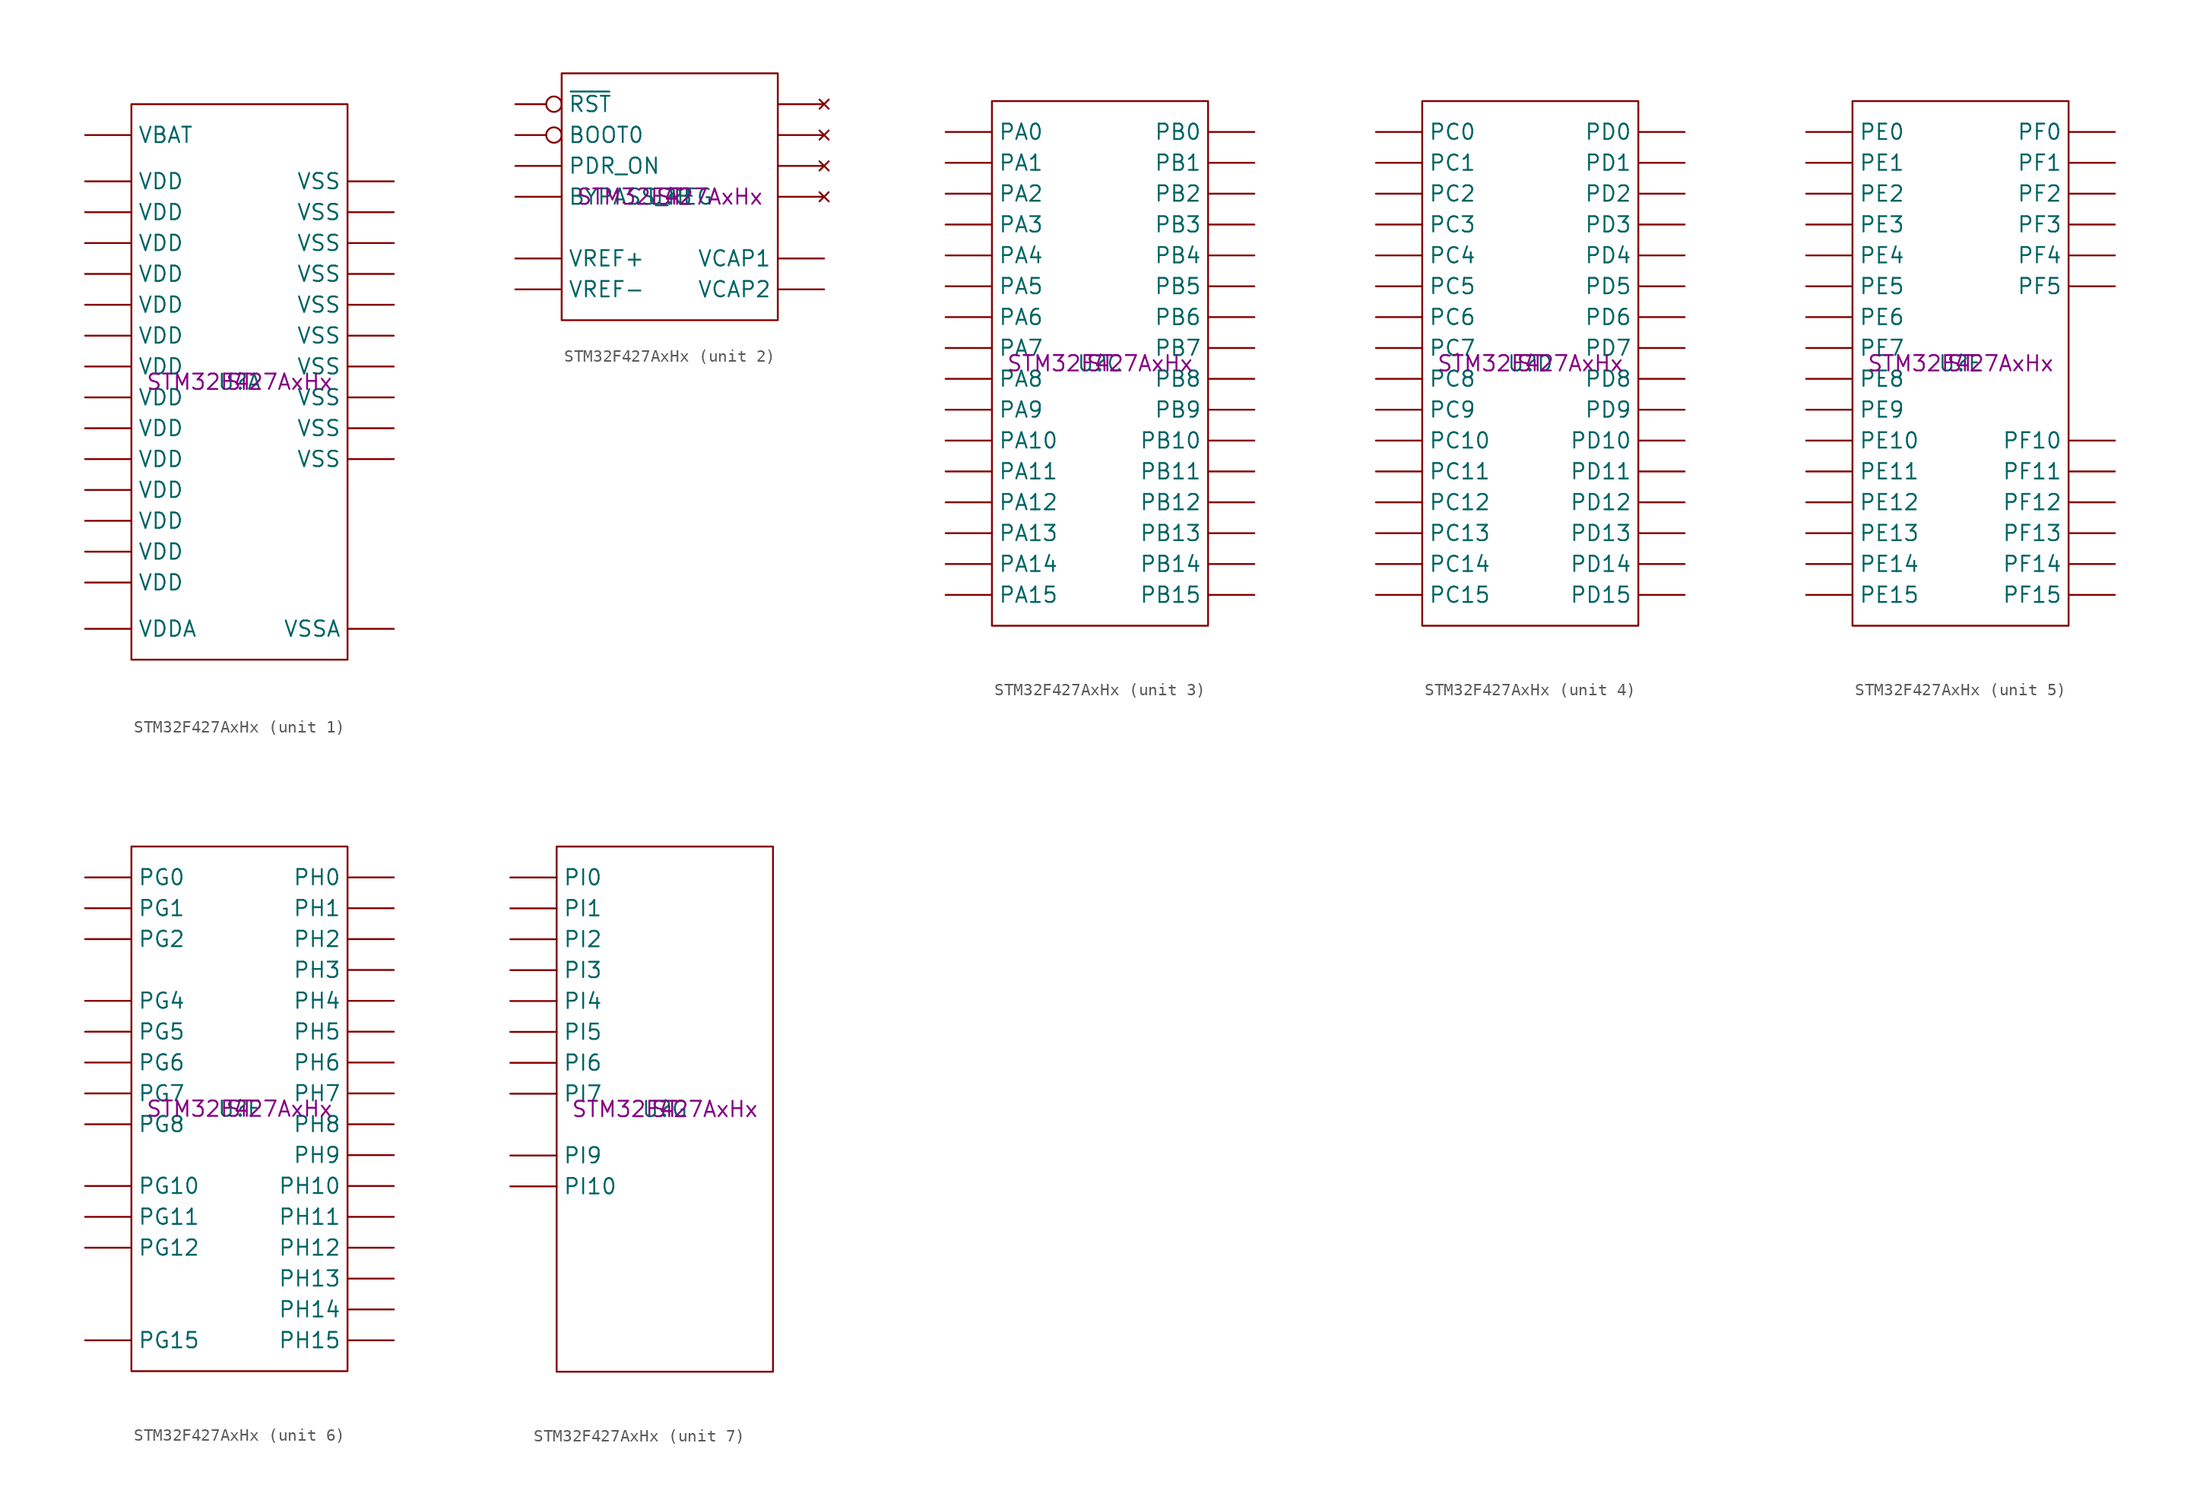
<source format=kicad_sym>
(kicad_symbol_lib
  (version 20231120)
  (generator "kicad_symbol_editor")
  (generator_version "8.0")
  (symbol "STM32F427AxHx"
    (pin_numbers hide)
    (property "Reference" "U"
      (at 0 0 0)
      (effects (font (size 1.27 1.27))))
    (property "Value" ""
      (at 3.81 -3.81 0)
      (effects (font (size 1.27 1.27))))
    (property "Manufacturer" "ST"
      (at 0 0 0)
      (effects (font (size 1.27 1.27))))
    (property "Part #" "STM32F427AxHx"
      (at 0 0 0)
      (effects (font (size 1.27 1.27))))
    (property "ki_locked" ""
      (at 0 0 0)
      (effects (font (size 1.27 1.27))))
    (symbol "STM32F427AxHx_1_1"
      (rectangle (start -8.89 22.86) (end 8.89 -22.86) (stroke (width 0) (type default)) (fill (type none)))
      (pin power_in line (at -12.7 11.43 0) (length 3.81) (name "VDD" (effects (font (size 1.27 1.27)))) (number "D10" (effects (font (size 1.27 1.27)))))
      (pin power_in line (at 12.7 13.97 180) (length 3.81) (name "VSS" (effects (font (size 1.27 1.27)))) (number "D11" (effects (font (size 1.27 1.27)))))
      (pin power_in line (at -12.7 16.51 0) (length 3.81) (name "VDD" (effects (font (size 1.27 1.27)))) (number "D3" (effects (font (size 1.27 1.27)))))
      (pin power_in line (at -12.7 13.97 0) (length 3.81) (name "VDD" (effects (font (size 1.27 1.27)))) (number "D6" (effects (font (size 1.27 1.27)))))
      (pin power_in line (at 12.7 16.51 180) (length 3.81) (name "VSS" (effects (font (size 1.27 1.27)))) (number "D7" (effects (font (size 1.27 1.27)))))
      (pin power_in line (at -12.7 20.32 0) (length 3.81) (name "VBAT" (effects (font (size 1.27 1.27)))) (number "E5" (effects (font (size 1.27 1.27)))))
      (pin power_in line (at -12.7 8.89 0) (length 3.81) (name "VDD" (effects (font (size 1.27 1.27)))) (number "E6" (effects (font (size 1.27 1.27)))))
      (pin power_in line (at 12.7 11.43 180) (length 3.81) (name "VSS" (effects (font (size 1.27 1.27)))) (number "E7" (effects (font (size 1.27 1.27)))))
      (pin power_in line (at -12.7 6.35 0) (length 3.81) (name "VDD" (effects (font (size 1.27 1.27)))) (number "F4" (effects (font (size 1.27 1.27)))))
      (pin power_in line (at 12.7 8.89 180) (length 3.81) (name "VSS" (effects (font (size 1.27 1.27)))) (number "F5" (effects (font (size 1.27 1.27)))))
      (pin power_in line (at 12.7 6.35 180) (length 3.81) (name "VSS" (effects (font (size 1.27 1.27)))) (number "F6" (effects (font (size 1.27 1.27)))))
      (pin power_in line (at -12.7 3.81 0) (length 3.81) (name "VDD" (effects (font (size 1.27 1.27)))) (number "F7" (effects (font (size 1.27 1.27)))))
      (pin power_in line (at -12.7 1.27 0) (length 3.81) (name "VDD" (effects (font (size 1.27 1.27)))) (number "F8" (effects (font (size 1.27 1.27)))))
      (pin power_in line (at -12.7 -3.81 0) (length 3.81) (name "VDD" (effects (font (size 1.27 1.27)))) (number "G10" (effects (font (size 1.27 1.27)))))
      (pin power_in line (at 12.7 3.81 180) (length 3.81) (name "VSS" (effects (font (size 1.27 1.27)))) (number "G7" (effects (font (size 1.27 1.27)))))
      (pin power_in line (at -12.7 -1.27 0) (length 3.81) (name "VDD" (effects (font (size 1.27 1.27)))) (number "G8" (effects (font (size 1.27 1.27)))))
      (pin power_in line (at 12.7 1.27 180) (length 3.81) (name "VSS" (effects (font (size 1.27 1.27)))) (number "G9" (effects (font (size 1.27 1.27)))))
      (pin power_in line (at -12.7 -6.35 0) (length 3.81) (name "VDD" (effects (font (size 1.27 1.27)))) (number "H4" (effects (font (size 1.27 1.27)))))
      (pin power_in line (at -12.7 -8.89 0) (length 3.81) (name "VDD" (effects (font (size 1.27 1.27)))) (number "H8" (effects (font (size 1.27 1.27)))))
      (pin power_in line (at 12.7 -20.32 180) (length 3.81) (name "VSSA" (effects (font (size 1.27 1.27)))) (number "J1" (effects (font (size 1.27 1.27)))))
      (pin power_in line (at 12.7 -6.35 180) (length 3.81) (name "VSS" (effects (font (size 1.27 1.27)))) (number "J10" (effects (font (size 1.27 1.27)))))
      (pin power_in line (at -12.7 -11.43 0) (length 3.81) (name "VDD" (effects (font (size 1.27 1.27)))) (number "J11" (effects (font (size 1.27 1.27)))))
      (pin power_in line (at -12.7 -20.32 0) (length 3.81) (name "VDDA" (effects (font (size 1.27 1.27)))) (number "J4" (effects (font (size 1.27 1.27)))))
      (pin power_in line (at 12.7 -1.27 180) (length 3.81) (name "VSS" (effects (font (size 1.27 1.27)))) (number "J6" (effects (font (size 1.27 1.27)))))
      (pin power_in line (at 12.7 -3.81 180) (length 3.81) (name "VSS" (effects (font (size 1.27 1.27)))) (number "J7" (effects (font (size 1.27 1.27)))))
      (pin power_in line (at -12.7 -13.97 0) (length 3.81) (name "VDD" (effects (font (size 1.27 1.27)))) (number "K6" (effects (font (size 1.27 1.27)))))
      (pin power_in line (at -12.7 -16.51 0) (length 3.81) (name "VDD" (effects (font (size 1.27 1.27)))) (number "L6" (effects (font (size 1.27 1.27))))))
    (symbol "STM32F427AxHx_2_1"
      (rectangle (start -8.89 10.16) (end 8.89 -10.16) (stroke (width 0) (type default)) (fill (type none)))
      (pin no_connect line (at 12.7 7.62 180) (length 3.81) (name "" (effects (font (size 1.27 1.27)))) (number "A1" (effects (font (size 1.27 1.27)))))
      (pin no_connect line (at 12.7 5.08 180) (length 3.81) (name "" (effects (font (size 1.27 1.27)))) (number "A13" (effects (font (size 1.27 1.27)))))
      (pin input inverted (at -12.7 5.08 0) (length 3.81) (name "BOOT0" (effects (font (size 1.27 1.27)))) (number "A5" (effects (font (size 1.27 1.27)))))
      (pin input line (at -12.7 2.54 0) (length 3.81) (name "PDR_ON" (effects (font (size 1.27 1.27)))) (number "C3" (effects (font (size 1.27 1.27)))))
      (pin passive line (at 12.7 -7.62 180) (length 3.81) (name "VCAP2" (effects (font (size 1.27 1.27)))) (number "D12" (effects (font (size 1.27 1.27)))))
      (pin input inverted (at -12.7 7.62 0) (length 3.81) (name "~{RST}" (effects (font (size 1.27 1.27)))) (number "H2" (effects (font (size 1.27 1.27)))))
      (pin input line (at -12.7 -7.62 0) (length 3.81) (name "VREF-" (effects (font (size 1.27 1.27)))) (number "J2" (effects (font (size 1.27 1.27)))))
      (pin input line (at -12.7 -5.08 0) (length 3.81) (name "VREF+" (effects (font (size 1.27 1.27)))) (number "J3" (effects (font (size 1.27 1.27)))))
      (pin input line (at -12.7 0 0) (length 3.81) (name "BYPASS_REG" (effects (font (size 1.27 1.27)))) (number "M1" (effects (font (size 1.27 1.27)))))
      (pin no_connect line (at 12.7 2.54 180) (length 3.81) (name "" (effects (font (size 1.27 1.27)))) (number "N1" (effects (font (size 1.27 1.27)))))
      (pin no_connect line (at 12.7 0 180) (length 3.81) (name "" (effects (font (size 1.27 1.27)))) (number "N13" (effects (font (size 1.27 1.27)))))
      (pin passive line (at 12.7 -5.08 180) (length 3.81) (name "VCAP1" (effects (font (size 1.27 1.27)))) (number "N9" (effects (font (size 1.27 1.27))))))
    (symbol "STM32F427AxHx_3_1"
      (rectangle (start -8.89 21.59) (end 8.89 -21.59) (stroke (width 0) (type default)) (fill (type none)))
      (pin bidirectional line (at -12.7 -16.51 0) (length 3.81) (name "PA14" (effects (font (size 1.27 1.27)))) (number "A11" (effects (font (size 1.27 1.27)))))
      (pin bidirectional line (at 12.7 8.89 180) (length 3.81) (name "PB4" (effects (font (size 1.27 1.27)))) (number "A6" (effects (font (size 1.27 1.27)))))
      (pin bidirectional line (at -12.7 -19.05 0) (length 3.81) (name "PA15" (effects (font (size 1.27 1.27)))) (number "B11" (effects (font (size 1.27 1.27)))))
      (pin bidirectional line (at 12.7 1.27 180) (length 3.81) (name "PB7" (effects (font (size 1.27 1.27)))) (number "B5" (effects (font (size 1.27 1.27)))))
      (pin bidirectional line (at 12.7 11.43 180) (length 3.81) (name "PB3" (effects (font (size 1.27 1.27)))) (number "B6" (effects (font (size 1.27 1.27)))))
      (pin bidirectional line (at 12.7 -3.81 180) (length 3.81) (name "PB9" (effects (font (size 1.27 1.27)))) (number "C4" (effects (font (size 1.27 1.27)))))
      (pin bidirectional line (at 12.7 3.81 180) (length 3.81) (name "PB6" (effects (font (size 1.27 1.27)))) (number "C5" (effects (font (size 1.27 1.27)))))
      (pin bidirectional line (at 12.7 -1.27 180) (length 3.81) (name "PB8" (effects (font (size 1.27 1.27)))) (number "D4" (effects (font (size 1.27 1.27)))))
      (pin bidirectional line (at 12.7 6.35 180) (length 3.81) (name "PB5" (effects (font (size 1.27 1.27)))) (number "D5" (effects (font (size 1.27 1.27)))))
      (pin bidirectional line (at -12.7 -8.89 0) (length 3.81) (name "PA11" (effects (font (size 1.27 1.27)))) (number "E10" (effects (font (size 1.27 1.27)))))
      (pin bidirectional line (at -12.7 -11.43 0) (length 3.81) (name "PA12" (effects (font (size 1.27 1.27)))) (number "E11" (effects (font (size 1.27 1.27)))))
      (pin bidirectional line (at -12.7 -13.97 0) (length 3.81) (name "PA13" (effects (font (size 1.27 1.27)))) (number "E12" (effects (font (size 1.27 1.27)))))
      (pin bidirectional line (at -12.7 -1.27 0) (length 3.81) (name "PA8" (effects (font (size 1.27 1.27)))) (number "E13" (effects (font (size 1.27 1.27)))))
      (pin bidirectional line (at -12.7 -3.81 0) (length 3.81) (name "PA9" (effects (font (size 1.27 1.27)))) (number "E8" (effects (font (size 1.27 1.27)))))
      (pin bidirectional line (at -12.7 -6.35 0) (length 3.81) (name "PA10" (effects (font (size 1.27 1.27)))) (number "E9" (effects (font (size 1.27 1.27)))))
      (pin bidirectional line (at -12.7 19.05 0) (length 3.81) (name "PA0" (effects (font (size 1.27 1.27)))) (number "J5" (effects (font (size 1.27 1.27)))))
      (pin bidirectional line (at -12.7 16.51 0) (length 3.81) (name "PA1" (effects (font (size 1.27 1.27)))) (number "K1" (effects (font (size 1.27 1.27)))))
      (pin bidirectional line (at -12.7 13.97 0) (length 3.81) (name "PA2" (effects (font (size 1.27 1.27)))) (number "K2" (effects (font (size 1.27 1.27)))))
      (pin bidirectional line (at -12.7 11.43 0) (length 3.81) (name "PA3" (effects (font (size 1.27 1.27)))) (number "K3" (effects (font (size 1.27 1.27)))))
      (pin bidirectional line (at -12.7 1.27 0) (length 3.81) (name "PA7" (effects (font (size 1.27 1.27)))) (number "K4" (effects (font (size 1.27 1.27)))))
      (pin bidirectional line (at 12.7 16.51 180) (length 3.81) (name "PB1" (effects (font (size 1.27 1.27)))) (number "K5" (effects (font (size 1.27 1.27)))))
      (pin bidirectional line (at 12.7 -19.05 180) (length 3.81) (name "PB15" (effects (font (size 1.27 1.27)))) (number "L13" (effects (font (size 1.27 1.27)))))
      (pin bidirectional line (at 12.7 13.97 180) (length 3.81) (name "PB2" (effects (font (size 1.27 1.27)))) (number "L5" (effects (font (size 1.27 1.27)))))
      (pin bidirectional line (at 12.7 -6.35 180) (length 3.81) (name "PB10" (effects (font (size 1.27 1.27)))) (number "L9" (effects (font (size 1.27 1.27)))))
      (pin bidirectional line (at 12.7 -13.97 180) (length 3.81) (name "PB13" (effects (font (size 1.27 1.27)))) (number "M12" (effects (font (size 1.27 1.27)))))
      (pin bidirectional line (at 12.7 -16.51 180) (length 3.81) (name "PB14" (effects (font (size 1.27 1.27)))) (number "M13" (effects (font (size 1.27 1.27)))))
      (pin bidirectional line (at -12.7 6.35 0) (length 3.81) (name "PA5" (effects (font (size 1.27 1.27)))) (number "M3" (effects (font (size 1.27 1.27)))))
      (pin bidirectional line (at 12.7 -8.89 180) (length 3.81) (name "PB11" (effects (font (size 1.27 1.27)))) (number "M9" (effects (font (size 1.27 1.27)))))
      (pin bidirectional line (at 12.7 -11.43 180) (length 3.81) (name "PB12" (effects (font (size 1.27 1.27)))) (number "N12" (effects (font (size 1.27 1.27)))))
      (pin bidirectional line (at -12.7 8.89 0) (length 3.81) (name "PA4" (effects (font (size 1.27 1.27)))) (number "N2" (effects (font (size 1.27 1.27)))))
      (pin bidirectional line (at -12.7 3.81 0) (length 3.81) (name "PA6" (effects (font (size 1.27 1.27)))) (number "N3" (effects (font (size 1.27 1.27)))))
      (pin bidirectional line (at 12.7 19.05 180) (length 3.81) (name "PB0" (effects (font (size 1.27 1.27)))) (number "N4" (effects (font (size 1.27 1.27))))))
    (symbol "STM32F427AxHx_4_1"
      (rectangle (start -8.89 21.59) (end 8.89 -21.59) (stroke (width 0) (type default)) (fill (type none)))
      (pin bidirectional line (at -12.7 -11.43 0) (length 3.81) (name "PC12" (effects (font (size 1.27 1.27)))) (number "A10" (effects (font (size 1.27 1.27)))))
      (pin bidirectional line (at 12.7 1.27 180) (length 3.81) (name "PD7" (effects (font (size 1.27 1.27)))) (number "A8" (effects (font (size 1.27 1.27)))))
      (pin bidirectional line (at 12.7 11.43 180) (length 3.81) (name "PD3" (effects (font (size 1.27 1.27)))) (number "A9" (effects (font (size 1.27 1.27)))))
      (pin bidirectional line (at -12.7 -8.89 0) (length 3.81) (name "PC11" (effects (font (size 1.27 1.27)))) (number "B10" (effects (font (size 1.27 1.27)))))
      (pin bidirectional line (at 12.7 3.81 180) (length 3.81) (name "PD6" (effects (font (size 1.27 1.27)))) (number "B8" (effects (font (size 1.27 1.27)))))
      (pin bidirectional line (at 12.7 13.97 180) (length 3.81) (name "PD2" (effects (font (size 1.27 1.27)))) (number "B9" (effects (font (size 1.27 1.27)))))
      (pin bidirectional line (at -12.7 -6.35 0) (length 3.81) (name "PC10" (effects (font (size 1.27 1.27)))) (number "C10" (effects (font (size 1.27 1.27)))))
      (pin bidirectional line (at 12.7 6.35 180) (length 3.81) (name "PD5" (effects (font (size 1.27 1.27)))) (number "C8" (effects (font (size 1.27 1.27)))))
      (pin bidirectional line (at 12.7 16.51 180) (length 3.81) (name "PD1" (effects (font (size 1.27 1.27)))) (number "C9" (effects (font (size 1.27 1.27)))))
      (pin bidirectional line (at 12.7 8.89 180) (length 3.81) (name "PD4" (effects (font (size 1.27 1.27)))) (number "D8" (effects (font (size 1.27 1.27)))))
      (pin bidirectional line (at 12.7 19.05 180) (length 3.81) (name "PD0" (effects (font (size 1.27 1.27)))) (number "D9" (effects (font (size 1.27 1.27)))))
      (pin bidirectional line (at -12.7 -16.51 0) (length 3.81) (name "PC14" (effects (font (size 1.27 1.27)))) (number "E1" (effects (font (size 1.27 1.27)))))
      (pin bidirectional line (at -12.7 -13.97 0) (length 3.81) (name "PC13" (effects (font (size 1.27 1.27)))) (number "E4" (effects (font (size 1.27 1.27)))))
      (pin bidirectional line (at -12.7 -19.05 0) (length 3.81) (name "PC15" (effects (font (size 1.27 1.27)))) (number "F1" (effects (font (size 1.27 1.27)))))
      (pin bidirectional line (at -12.7 1.27 0) (length 3.81) (name "PC7" (effects (font (size 1.27 1.27)))) (number "F10" (effects (font (size 1.27 1.27)))))
      (pin bidirectional line (at -12.7 -1.27 0) (length 3.81) (name "PC8" (effects (font (size 1.27 1.27)))) (number "F11" (effects (font (size 1.27 1.27)))))
      (pin bidirectional line (at -12.7 -3.81 0) (length 3.81) (name "PC9" (effects (font (size 1.27 1.27)))) (number "F12" (effects (font (size 1.27 1.27)))))
      (pin bidirectional line (at -12.7 3.81 0) (length 3.81) (name "PC6" (effects (font (size 1.27 1.27)))) (number "F9" (effects (font (size 1.27 1.27)))))
      (pin bidirectional line (at -12.7 19.05 0) (length 3.81) (name "PC0" (effects (font (size 1.27 1.27)))) (number "G6" (effects (font (size 1.27 1.27)))))
      (pin bidirectional line (at 12.7 -8.89 180) (length 3.81) (name "PD11" (effects (font (size 1.27 1.27)))) (number "H10" (effects (font (size 1.27 1.27)))))
      (pin bidirectional line (at 12.7 -16.51 180) (length 3.81) (name "PD14" (effects (font (size 1.27 1.27)))) (number "H11" (effects (font (size 1.27 1.27)))))
      (pin bidirectional line (at -12.7 16.51 0) (length 3.81) (name "PC1" (effects (font (size 1.27 1.27)))) (number "H5" (effects (font (size 1.27 1.27)))))
      (pin bidirectional line (at -12.7 13.97 0) (length 3.81) (name "PC2" (effects (font (size 1.27 1.27)))) (number "H6" (effects (font (size 1.27 1.27)))))
      (pin bidirectional line (at -12.7 11.43 0) (length 3.81) (name "PC3" (effects (font (size 1.27 1.27)))) (number "H7" (effects (font (size 1.27 1.27)))))
      (pin bidirectional line (at 12.7 -19.05 180) (length 3.81) (name "PD15" (effects (font (size 1.27 1.27)))) (number "J12" (effects (font (size 1.27 1.27)))))
      (pin bidirectional line (at 12.7 -11.43 180) (length 3.81) (name "PD12" (effects (font (size 1.27 1.27)))) (number "J13" (effects (font (size 1.27 1.27)))))
      (pin bidirectional line (at 12.7 -6.35 180) (length 3.81) (name "PD10" (effects (font (size 1.27 1.27)))) (number "K11" (effects (font (size 1.27 1.27)))))
      (pin bidirectional line (at 12.7 -13.97 180) (length 3.81) (name "PD13" (effects (font (size 1.27 1.27)))) (number "K12" (effects (font (size 1.27 1.27)))))
      (pin bidirectional line (at 12.7 -3.81 180) (length 3.81) (name "PD9" (effects (font (size 1.27 1.27)))) (number "K13" (effects (font (size 1.27 1.27)))))
      (pin bidirectional line (at 12.7 -1.27 180) (length 3.81) (name "PD8" (effects (font (size 1.27 1.27)))) (number "L12" (effects (font (size 1.27 1.27)))))
      (pin bidirectional line (at -12.7 8.89 0) (length 3.81) (name "PC4" (effects (font (size 1.27 1.27)))) (number "L4" (effects (font (size 1.27 1.27)))))
      (pin bidirectional line (at -12.7 6.35 0) (length 3.81) (name "PC5" (effects (font (size 1.27 1.27)))) (number "M4" (effects (font (size 1.27 1.27))))))
    (symbol "STM32F427AxHx_5_1"
      (rectangle (start -8.89 21.59) (end 8.89 -21.59) (stroke (width 0) (type default)) (fill (type none)))
      (pin bidirectional line (at -12.7 16.51 0) (length 3.81) (name "PE1" (effects (font (size 1.27 1.27)))) (number "A4" (effects (font (size 1.27 1.27)))))
      (pin bidirectional line (at -12.7 13.97 0) (length 3.81) (name "PE2" (effects (font (size 1.27 1.27)))) (number "B2" (effects (font (size 1.27 1.27)))))
      (pin bidirectional line (at -12.7 19.05 0) (length 3.81) (name "PE0" (effects (font (size 1.27 1.27)))) (number "B4" (effects (font (size 1.27 1.27)))))
      (pin bidirectional line (at -12.7 11.43 0) (length 3.81) (name "PE3" (effects (font (size 1.27 1.27)))) (number "C1" (effects (font (size 1.27 1.27)))))
      (pin bidirectional line (at -12.7 8.89 0) (length 3.81) (name "PE4" (effects (font (size 1.27 1.27)))) (number "C2" (effects (font (size 1.27 1.27)))))
      (pin bidirectional line (at -12.7 6.35 0) (length 3.81) (name "PE5" (effects (font (size 1.27 1.27)))) (number "D1" (effects (font (size 1.27 1.27)))))
      (pin bidirectional line (at -12.7 3.81 0) (length 3.81) (name "PE6" (effects (font (size 1.27 1.27)))) (number "D2" (effects (font (size 1.27 1.27)))))
      (pin bidirectional line (at 12.7 19.05 180) (length 3.81) (name "PF0" (effects (font (size 1.27 1.27)))) (number "F2" (effects (font (size 1.27 1.27)))))
      (pin bidirectional line (at 12.7 16.51 180) (length 3.81) (name "PF1" (effects (font (size 1.27 1.27)))) (number "F3" (effects (font (size 1.27 1.27)))))
      (pin bidirectional line (at 12.7 8.89 180) (length 3.81) (name "PF4" (effects (font (size 1.27 1.27)))) (number "G3" (effects (font (size 1.27 1.27)))))
      (pin bidirectional line (at 12.7 11.43 180) (length 3.81) (name "PF3" (effects (font (size 1.27 1.27)))) (number "G4" (effects (font (size 1.27 1.27)))))
      (pin bidirectional line (at 12.7 13.97 180) (length 3.81) (name "PF2" (effects (font (size 1.27 1.27)))) (number "G5" (effects (font (size 1.27 1.27)))))
      (pin bidirectional line (at 12.7 -6.35 180) (length 3.81) (name "PF10" (effects (font (size 1.27 1.27)))) (number "H1" (effects (font (size 1.27 1.27)))))
      (pin bidirectional line (at 12.7 6.35 180) (length 3.81) (name "PF5" (effects (font (size 1.27 1.27)))) (number "H3" (effects (font (size 1.27 1.27)))))
      (pin bidirectional line (at -12.7 -13.97 0) (length 3.81) (name "PE13" (effects (font (size 1.27 1.27)))) (number "H9" (effects (font (size 1.27 1.27)))))
      (pin bidirectional line (at -12.7 -1.27 0) (length 3.81) (name "PE8" (effects (font (size 1.27 1.27)))) (number "J8" (effects (font (size 1.27 1.27)))))
      (pin bidirectional line (at -12.7 -16.51 0) (length 3.81) (name "PE14" (effects (font (size 1.27 1.27)))) (number "J9" (effects (font (size 1.27 1.27)))))
      (pin bidirectional line (at 12.7 -16.51 180) (length 3.81) (name "PF14" (effects (font (size 1.27 1.27)))) (number "K7" (effects (font (size 1.27 1.27)))))
      (pin bidirectional line (at -12.7 -3.81 0) (length 3.81) (name "PE9" (effects (font (size 1.27 1.27)))) (number "K8" (effects (font (size 1.27 1.27)))))
      (pin bidirectional line (at -12.7 -19.05 0) (length 3.81) (name "PE15" (effects (font (size 1.27 1.27)))) (number "K9" (effects (font (size 1.27 1.27)))))
      (pin bidirectional line (at 12.7 -19.05 180) (length 3.81) (name "PF15" (effects (font (size 1.27 1.27)))) (number "L7" (effects (font (size 1.27 1.27)))))
      (pin bidirectional line (at -12.7 -6.35 0) (length 3.81) (name "PE10" (effects (font (size 1.27 1.27)))) (number "L8" (effects (font (size 1.27 1.27)))))
      (pin bidirectional line (at 12.7 -8.89 180) (length 3.81) (name "PF11" (effects (font (size 1.27 1.27)))) (number "M5" (effects (font (size 1.27 1.27)))))
      (pin bidirectional line (at 12.7 -13.97 180) (length 3.81) (name "PF13" (effects (font (size 1.27 1.27)))) (number "M6" (effects (font (size 1.27 1.27)))))
      (pin bidirectional line (at -12.7 -8.89 0) (length 3.81) (name "PE11" (effects (font (size 1.27 1.27)))) (number "M8" (effects (font (size 1.27 1.27)))))
      (pin bidirectional line (at 12.7 -11.43 180) (length 3.81) (name "PF12" (effects (font (size 1.27 1.27)))) (number "N5" (effects (font (size 1.27 1.27)))))
      (pin bidirectional line (at -12.7 1.27 0) (length 3.81) (name "PE7" (effects (font (size 1.27 1.27)))) (number "N7" (effects (font (size 1.27 1.27)))))
      (pin bidirectional line (at -12.7 -11.43 0) (length 3.81) (name "PE12" (effects (font (size 1.27 1.27)))) (number "N8" (effects (font (size 1.27 1.27))))))
    (symbol "STM32F427AxHx_6_1"
      (rectangle (start -8.89 21.59) (end 8.89 -21.59) (stroke (width 0) (type default)) (fill (type none)))
      (pin bidirectional line (at -12.7 -11.43 0) (length 3.81) (name "PG12" (effects (font (size 1.27 1.27)))) (number "A7" (effects (font (size 1.27 1.27)))))
      (pin bidirectional line (at -12.7 -8.89 0) (length 3.81) (name "PG11" (effects (font (size 1.27 1.27)))) (number "B7" (effects (font (size 1.27 1.27)))))
      (pin bidirectional line (at 12.7 -19.05 180) (length 3.81) (name "PH15" (effects (font (size 1.27 1.27)))) (number "C12" (effects (font (size 1.27 1.27)))))
      (pin bidirectional line (at 12.7 -16.51 180) (length 3.81) (name "PH14" (effects (font (size 1.27 1.27)))) (number "C13" (effects (font (size 1.27 1.27)))))
      (pin bidirectional line (at -12.7 -19.05 0) (length 3.81) (name "PG15" (effects (font (size 1.27 1.27)))) (number "C6" (effects (font (size 1.27 1.27)))))
      (pin bidirectional line (at -12.7 -6.35 0) (length 3.81) (name "PG10" (effects (font (size 1.27 1.27)))) (number "C7" (effects (font (size 1.27 1.27)))))
      (pin bidirectional line (at 12.7 -13.97 180) (length 3.81) (name "PH13" (effects (font (size 1.27 1.27)))) (number "D13" (effects (font (size 1.27 1.27)))))
      (pin bidirectional line (at -12.7 -1.27 0) (length 3.81) (name "PG8" (effects (font (size 1.27 1.27)))) (number "F13" (effects (font (size 1.27 1.27)))))
      (pin bidirectional line (at 12.7 16.51 180) (length 3.81) (name "PH1" (effects (font (size 1.27 1.27)))) (number "G1" (effects (font (size 1.27 1.27)))))
      (pin bidirectional line (at -12.7 3.81 0) (length 3.81) (name "PG6" (effects (font (size 1.27 1.27)))) (number "G11" (effects (font (size 1.27 1.27)))))
      (pin bidirectional line (at -12.7 1.27 0) (length 3.81) (name "PG7" (effects (font (size 1.27 1.27)))) (number "G12" (effects (font (size 1.27 1.27)))))
      (pin bidirectional line (at -12.7 6.35 0) (length 3.81) (name "PG5" (effects (font (size 1.27 1.27)))) (number "G13" (effects (font (size 1.27 1.27)))))
      (pin bidirectional line (at 12.7 19.05 180) (length 3.81) (name "PH0" (effects (font (size 1.27 1.27)))) (number "G2" (effects (font (size 1.27 1.27)))))
      (pin bidirectional line (at -12.7 8.89 0) (length 3.81) (name "PG4" (effects (font (size 1.27 1.27)))) (number "H12" (effects (font (size 1.27 1.27)))))
      (pin bidirectional line (at -12.7 13.97 0) (length 3.81) (name "PG2" (effects (font (size 1.27 1.27)))) (number "H13" (effects (font (size 1.27 1.27)))))
      (pin bidirectional line (at 12.7 -3.81 180) (length 3.81) (name "PH9" (effects (font (size 1.27 1.27)))) (number "K10" (effects (font (size 1.27 1.27)))))
      (pin bidirectional line (at 12.7 11.43 180) (length 3.81) (name "PH3" (effects (font (size 1.27 1.27)))) (number "L1" (effects (font (size 1.27 1.27)))))
      (pin bidirectional line (at 12.7 -1.27 180) (length 3.81) (name "PH8" (effects (font (size 1.27 1.27)))) (number "L10" (effects (font (size 1.27 1.27)))))
      (pin bidirectional line (at 12.7 -11.43 180) (length 3.81) (name "PH12" (effects (font (size 1.27 1.27)))) (number "L11" (effects (font (size 1.27 1.27)))))
      (pin bidirectional line (at 12.7 13.97 180) (length 3.81) (name "PH2" (effects (font (size 1.27 1.27)))) (number "L2" (effects (font (size 1.27 1.27)))))
      (pin bidirectional line (at 12.7 6.35 180) (length 3.81) (name "PH5" (effects (font (size 1.27 1.27)))) (number "L3" (effects (font (size 1.27 1.27)))))
      (pin bidirectional line (at 12.7 1.27 180) (length 3.81) (name "PH7" (effects (font (size 1.27 1.27)))) (number "M10" (effects (font (size 1.27 1.27)))))
      (pin bidirectional line (at 12.7 -8.89 180) (length 3.81) (name "PH11" (effects (font (size 1.27 1.27)))) (number "M11" (effects (font (size 1.27 1.27)))))
      (pin bidirectional line (at 12.7 8.89 180) (length 3.81) (name "PH4" (effects (font (size 1.27 1.27)))) (number "M2" (effects (font (size 1.27 1.27)))))
      (pin bidirectional line (at -12.7 16.51 0) (length 3.81) (name "PG1" (effects (font (size 1.27 1.27)))) (number "M7" (effects (font (size 1.27 1.27)))))
      (pin bidirectional line (at 12.7 3.81 180) (length 3.81) (name "PH6" (effects (font (size 1.27 1.27)))) (number "N10" (effects (font (size 1.27 1.27)))))
      (pin bidirectional line (at 12.7 -6.35 180) (length 3.81) (name "PH10" (effects (font (size 1.27 1.27)))) (number "N11" (effects (font (size 1.27 1.27)))))
      (pin bidirectional line (at -12.7 19.05 0) (length 3.81) (name "PG0" (effects (font (size 1.27 1.27)))) (number "N6" (effects (font (size 1.27 1.27))))))
    (symbol "STM32F427AxHx_7_1"
      (rectangle (start -8.89 21.59) (end 8.89 -21.59) (stroke (width 0) (type default)) (fill (type none)))
      (pin bidirectional line (at -12.7 11.43 0) (length 3.81) (name "PI3" (effects (font (size 1.27 1.27)))) (number "A12" (effects (font (size 1.27 1.27)))))
      (pin bidirectional line (at -12.7 3.81 0) (length 3.81) (name "PI6" (effects (font (size 1.27 1.27)))) (number "A2" (effects (font (size 1.27 1.27)))))
      (pin bidirectional line (at -12.7 6.35 0) (length 3.81) (name "PI5" (effects (font (size 1.27 1.27)))) (number "A3" (effects (font (size 1.27 1.27)))))
      (pin bidirectional line (at -12.7 1.27 0) (length 3.81) (name "PI7" (effects (font (size 1.27 1.27)))) (number "B1" (effects (font (size 1.27 1.27)))))
      (pin bidirectional line (at -12.7 13.97 0) (length 3.81) (name "PI2" (effects (font (size 1.27 1.27)))) (number "B12" (effects (font (size 1.27 1.27)))))
      (pin bidirectional line (at -12.7 19.05 0) (length 3.81) (name "PI0" (effects (font (size 1.27 1.27)))) (number "B13" (effects (font (size 1.27 1.27)))))
      (pin bidirectional line (at -12.7 8.89 0) (length 3.81) (name "PI4" (effects (font (size 1.27 1.27)))) (number "B3" (effects (font (size 1.27 1.27)))))
      (pin bidirectional line (at -12.7 16.51 0) (length 3.81) (name "PI1" (effects (font (size 1.27 1.27)))) (number "C11" (effects (font (size 1.27 1.27)))))
      (pin bidirectional line (at -12.7 -3.81 0) (length 3.81) (name "PI9" (effects (font (size 1.27 1.27)))) (number "E2" (effects (font (size 1.27 1.27)))))
      (pin bidirectional line (at -12.7 -6.35 0) (length 3.81) (name "PI10" (effects (font (size 1.27 1.27)))) (number "E3" (effects (font (size 1.27 1.27))))))))
</source>
